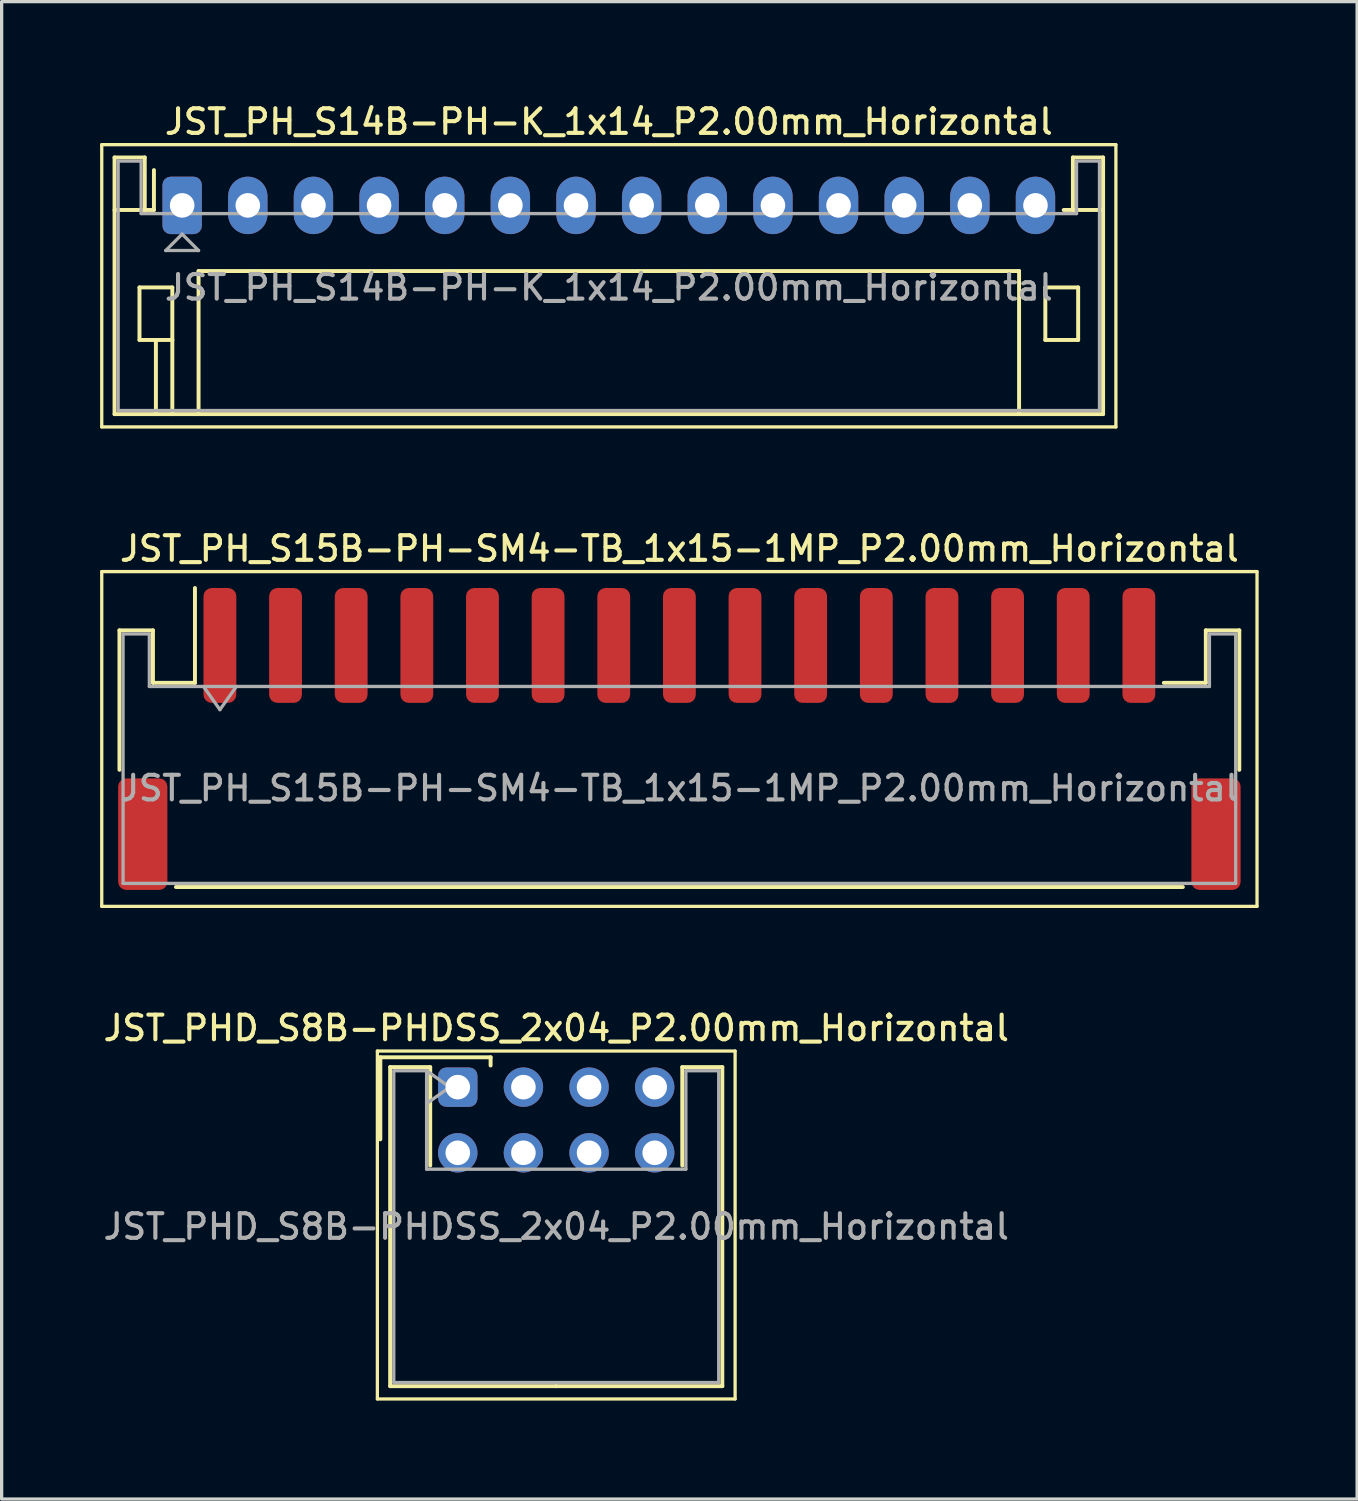
<source format=kicad_pcb>
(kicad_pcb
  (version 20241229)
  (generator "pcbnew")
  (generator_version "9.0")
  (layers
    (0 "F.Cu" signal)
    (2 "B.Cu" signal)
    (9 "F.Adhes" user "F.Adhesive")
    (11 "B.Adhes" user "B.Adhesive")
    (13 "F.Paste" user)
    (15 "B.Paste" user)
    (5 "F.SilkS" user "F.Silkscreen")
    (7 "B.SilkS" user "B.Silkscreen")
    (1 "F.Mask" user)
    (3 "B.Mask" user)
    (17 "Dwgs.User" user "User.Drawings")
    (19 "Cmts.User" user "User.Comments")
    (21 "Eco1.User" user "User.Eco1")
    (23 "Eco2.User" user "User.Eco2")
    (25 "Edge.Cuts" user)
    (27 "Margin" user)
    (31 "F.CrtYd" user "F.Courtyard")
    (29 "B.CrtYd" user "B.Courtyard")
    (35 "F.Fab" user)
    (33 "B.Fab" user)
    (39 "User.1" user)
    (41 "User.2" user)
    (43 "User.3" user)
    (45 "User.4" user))
  (footprint "JST_PH_S15B-PH-SM4-TB_1x15-1MP_P2.00mm_Horizontal"
    (layer "F.Cu")
    (at 17.65 19.466)
    (property "Reference" "JST_PH_S15B-PH-SM4-TB_1x15-1MP_P2.00mm_Horizontal" (at 0 -5.8 0) (layer "F.SilkS") (effects (font (size 0.75 0.75) (thickness 0.125))))
    (attr smd)
    (fp_line (start -17.6 -5.1) (end -17.6 5.1) (stroke (width 0.1) (type solid)) (layer "F.SilkS"))
    (fp_line (start -17.6 5.1) (end 17.6 5.1) (stroke (width 0.1) (type solid)) (layer "F.SilkS"))
    (fp_line (start -17.06 -3.31) (end -16.04 -3.31) (stroke (width 0.12) (type solid)) (layer "F.SilkS"))
    (fp_line (start -17.06 0.94) (end -17.06 -3.31) (stroke (width 0.12) (type solid)) (layer "F.SilkS"))
    (fp_line (start -16.04 -3.31) (end -16.04 -1.71) (stroke (width 0.12) (type solid)) (layer "F.SilkS"))
    (fp_line (start -16.04 -1.71) (end -14.76 -1.71) (stroke (width 0.12) (type solid)) (layer "F.SilkS"))
    (fp_line (start -15.34 4.51) (end 15.34 4.51) (stroke (width 0.12) (type solid)) (layer "F.SilkS"))
    (fp_line (start -14.76 -1.71) (end -14.76 -4.6) (stroke (width 0.12) (type solid)) (layer "F.SilkS"))
    (fp_line (start 16.04 -3.31) (end 16.04 -1.71) (stroke (width 0.12) (type solid)) (layer "F.SilkS"))
    (fp_line (start 16.04 -1.71) (end 14.76 -1.71) (stroke (width 0.12) (type solid)) (layer "F.SilkS"))
    (fp_line (start 17.06 -3.31) (end 16.04 -3.31) (stroke (width 0.12) (type solid)) (layer "F.SilkS"))
    (fp_line (start 17.06 0.94) (end 17.06 -3.31) (stroke (width 0.12) (type solid)) (layer "F.SilkS"))
    (fp_line (start 17.6 -5.1) (end -17.6 -5.1) (stroke (width 0.1) (type solid)) (layer "F.SilkS"))
    (fp_line (start 17.6 5.1) (end 17.6 -5.1) (stroke (width 0.1) (type solid)) (layer "F.SilkS"))
    (fp_line (start -16.95 -3.2) (end -16.95 4.4) (stroke (width 0.1) (type solid)) (layer "F.Fab"))
    (fp_line (start -16.95 -3.2) (end -16.15 -3.2) (stroke (width 0.1) (type solid)) (layer "F.Fab"))
    (fp_line (start -16.95 4.4) (end 16.95 4.4) (stroke (width 0.1) (type solid)) (layer "F.Fab"))
    (fp_line (start -16.15 -3.2) (end -16.15 -1.6) (stroke (width 0.1) (type solid)) (layer "F.Fab"))
    (fp_line (start -16.15 -1.6) (end 16.15 -1.6) (stroke (width 0.1) (type solid)) (layer "F.Fab"))
    (fp_line (start -14.5 -1.6) (end -14 -0.893) (stroke (width 0.1) (type solid)) (layer "F.Fab"))
    (fp_line (start -14 -0.893) (end -13.5 -1.6) (stroke (width 0.1) (type solid)) (layer "F.Fab"))
    (fp_line (start 16.15 -3.2) (end 16.95 -3.2) (stroke (width 0.1) (type solid)) (layer "F.Fab"))
    (fp_line (start 16.15 -1.6) (end 16.15 -3.2) (stroke (width 0.1) (type solid)) (layer "F.Fab"))
    (fp_line (start 16.95 -3.2) (end 16.95 4.4) (stroke (width 0.1) (type solid)) (layer "F.Fab"))
    (fp_text user "${REFERENCE}" (at 0 1.5 0) (layer "F.Fab") (effects (font (size 0.75 0.75) (thickness 0.125))))
    (pad "1" smd roundrect (at -14 -2.85) (size 1 3.5) (layers "F.Cu" "F.Mask" "F.Paste") (roundrect_rratio 0.25))
    (pad "2" smd roundrect (at -12 -2.85) (size 1 3.5) (layers "F.Cu" "F.Mask" "F.Paste") (roundrect_rratio 0.25))
    (pad "3" smd roundrect (at -10 -2.85) (size 1 3.5) (layers "F.Cu" "F.Mask" "F.Paste") (roundrect_rratio 0.25))
    (pad "4" smd roundrect (at -8 -2.85) (size 1 3.5) (layers "F.Cu" "F.Mask" "F.Paste") (roundrect_rratio 0.25))
    (pad "5" smd roundrect (at -6 -2.85) (size 1 3.5) (layers "F.Cu" "F.Mask" "F.Paste") (roundrect_rratio 0.25))
    (pad "6" smd roundrect (at -4 -2.85) (size 1 3.5) (layers "F.Cu" "F.Mask" "F.Paste") (roundrect_rratio 0.25))
    (pad "7" smd roundrect (at -2 -2.85) (size 1 3.5) (layers "F.Cu" "F.Mask" "F.Paste") (roundrect_rratio 0.25))
    (pad "8" smd roundrect (at 0 -2.85) (size 1 3.5) (layers "F.Cu" "F.Mask" "F.Paste") (roundrect_rratio 0.25))
    (pad "9" smd roundrect (at 2 -2.85) (size 1 3.5) (layers "F.Cu" "F.Mask" "F.Paste") (roundrect_rratio 0.25))
    (pad "10" smd roundrect (at 4 -2.85) (size 1 3.5) (layers "F.Cu" "F.Mask" "F.Paste") (roundrect_rratio 0.25))
    (pad "11" smd roundrect (at 6 -2.85) (size 1 3.5) (layers "F.Cu" "F.Mask" "F.Paste") (roundrect_rratio 0.25))
    (pad "12" smd roundrect (at 8 -2.85) (size 1 3.5) (layers "F.Cu" "F.Mask" "F.Paste") (roundrect_rratio 0.25))
    (pad "13" smd roundrect (at 10 -2.85) (size 1 3.5) (layers "F.Cu" "F.Mask" "F.Paste") (roundrect_rratio 0.25))
    (pad "14" smd roundrect (at 12 -2.85) (size 1 3.5) (layers "F.Cu" "F.Mask" "F.Paste") (roundrect_rratio 0.25))
    (pad "15" smd roundrect (at 14 -2.85) (size 1 3.5) (layers "F.Cu" "F.Mask" "F.Paste") (roundrect_rratio 0.25))
    (pad "MP" smd roundrect (at -16.35 2.9) (size 1.5 3.4) (layers "F.Cu" "F.Mask" "F.Paste") (roundrect_rratio 0.167))
    (pad "MP" smd roundrect (at 16.35 2.9) (size 1.5 3.4) (layers "F.Cu" "F.Mask" "F.Paste") (roundrect_rratio 0.167)))
  (footprint "JST_PHD_S8B-PHDSS_2x04_P2.00mm_Horizontal"
    (layer "F.Cu")
    (at 10.898 30.074)
    (property "Reference" "JST_PHD_S8B-PHDSS_2x04_P2.00mm_Horizontal" (at 3 -1.8 0) (layer "F.SilkS") (effects (font (size 0.75 0.75) (thickness 0.125))))
    (attr through_hole)
    (fp_line (start -2.45 -1.1) (end -2.45 9.5) (stroke (width 0.1) (type solid)) (layer "F.SilkS"))
    (fp_line (start -2.45 9.5) (end 8.45 9.5) (stroke (width 0.1) (type solid)) (layer "F.SilkS"))
    (fp_line (start -2.36 -0.91) (end -2.36 1.59) (stroke (width 0.12) (type solid)) (layer "F.SilkS"))
    (fp_line (start -2.06 -0.61) (end -2.06 9.11) (stroke (width 0.12) (type solid)) (layer "F.SilkS"))
    (fp_line (start -2.06 9.11) (end 3 9.11) (stroke (width 0.12) (type solid)) (layer "F.SilkS"))
    (fp_line (start -0.84 -0.61) (end -2.06 -0.61) (stroke (width 0.12) (type solid)) (layer "F.SilkS"))
    (fp_line (start -0.84 2.39) (end -0.84 -0.61) (stroke (width 0.12) (type solid)) (layer "F.SilkS"))
    (fp_line (start 1 -0.91) (end -2.36 -0.91) (stroke (width 0.12) (type solid)) (layer "F.SilkS"))
    (fp_line (start 1 -0.66) (end 1 -0.91) (stroke (width 0.12) (type solid)) (layer "F.SilkS"))
    (fp_line (start 6.84 -0.61) (end 8.06 -0.61) (stroke (width 0.12) (type solid)) (layer "F.SilkS"))
    (fp_line (start 6.84 2.39) (end 6.84 -0.61) (stroke (width 0.12) (type solid)) (layer "F.SilkS"))
    (fp_line (start 8.06 -0.61) (end 8.06 9.11) (stroke (width 0.12) (type solid)) (layer "F.SilkS"))
    (fp_line (start 8.06 9.11) (end 3 9.11) (stroke (width 0.12) (type solid)) (layer "F.SilkS"))
    (fp_line (start 8.45 -1.1) (end -2.45 -1.1) (stroke (width 0.1) (type solid)) (layer "F.SilkS"))
    (fp_line (start 8.45 9.5) (end 8.45 -1.1) (stroke (width 0.1) (type solid)) (layer "F.SilkS"))
    (fp_line (start -1.95 -0.5) (end -0.95 -0.5) (stroke (width 0.1) (type solid)) (layer "F.Fab"))
    (fp_line (start -1.95 9) (end -1.95 -0.5) (stroke (width 0.1) (type solid)) (layer "F.Fab"))
    (fp_line (start -0.95 -0.5) (end -0.95 2.5) (stroke (width 0.1) (type solid)) (layer "F.Fab"))
    (fp_line (start -0.95 -0.5) (end -0.243 0) (stroke (width 0.1) (type solid)) (layer "F.Fab"))
    (fp_line (start -0.95 2.5) (end 6.95 2.5) (stroke (width 0.1) (type solid)) (layer "F.Fab"))
    (fp_line (start -0.243 0) (end -0.95 0.5) (stroke (width 0.1) (type solid)) (layer "F.Fab"))
    (fp_line (start 6.95 -0.5) (end 7.95 -0.5) (stroke (width 0.1) (type solid)) (layer "F.Fab"))
    (fp_line (start 6.95 2.5) (end 6.95 -0.5) (stroke (width 0.1) (type solid)) (layer "F.Fab"))
    (fp_line (start 7.95 -0.5) (end 7.95 9) (stroke (width 0.1) (type solid)) (layer "F.Fab"))
    (fp_line (start 7.95 9) (end -1.95 9) (stroke (width 0.1) (type solid)) (layer "F.Fab"))
    (fp_text user "${REFERENCE}" (at 3 4.25 0) (layer "F.Fab") (effects (font (size 0.75 0.75) (thickness 0.125))))
    (pad "1" thru_hole roundrect (at 0 0) (size 1.2 1.2) (drill 0.75) (layers "*.Cu" "*.Mask") (roundrect_rratio 0.208))
    (pad "2" thru_hole circle (at 0 2) (size 1.2 1.2) (drill 0.75) (layers "*.Cu" "*.Mask"))
    (pad "3" thru_hole circle (at 2 0) (size 1.2 1.2) (drill 0.75) (layers "*.Cu" "*.Mask"))
    (pad "4" thru_hole circle (at 2 2) (size 1.2 1.2) (drill 0.75) (layers "*.Cu" "*.Mask"))
    (pad "5" thru_hole circle (at 4 0) (size 1.2 1.2) (drill 0.75) (layers "*.Cu" "*.Mask"))
    (pad "6" thru_hole circle (at 4 2) (size 1.2 1.2) (drill 0.75) (layers "*.Cu" "*.Mask"))
    (pad "7" thru_hole circle (at 6 0) (size 1.2 1.2) (drill 0.75) (layers "*.Cu" "*.Mask"))
    (pad "8" thru_hole circle (at 6 2) (size 1.2 1.2) (drill 0.75) (layers "*.Cu" "*.Mask")))
  (footprint "JST_PH_S14B-PH-K_1x14_P2.00mm_Horizontal"
    (layer "F.Cu")
    (at 2.5 3.208)
    (property "Reference" "JST_PH_S14B-PH-K_1x14_P2.00mm_Horizontal" (at 13 -2.55 0) (layer "F.SilkS") (effects (font (size 0.75 0.75) (thickness 0.125))))
    (attr through_hole)
    (fp_line (start -2.45 -1.85) (end -2.45 6.75) (stroke (width 0.1) (type solid)) (layer "F.SilkS"))
    (fp_line (start -2.45 6.75) (end 28.45 6.75) (stroke (width 0.1) (type solid)) (layer "F.SilkS"))
    (fp_line (start -2.06 -1.46) (end -2.06 6.36) (stroke (width 0.12) (type solid)) (layer "F.SilkS"))
    (fp_line (start -2.06 0.14) (end -1.14 0.14) (stroke (width 0.12) (type solid)) (layer "F.SilkS"))
    (fp_line (start -2.06 6.36) (end 28.06 6.36) (stroke (width 0.12) (type solid)) (layer "F.SilkS"))
    (fp_line (start -1.3 2.5) (end -1.3 4.1) (stroke (width 0.12) (type solid)) (layer "F.SilkS"))
    (fp_line (start -1.3 4.1) (end -0.3 4.1) (stroke (width 0.12) (type solid)) (layer "F.SilkS"))
    (fp_line (start -1.14 -1.46) (end -2.06 -1.46) (stroke (width 0.12) (type solid)) (layer "F.SilkS"))
    (fp_line (start -1.14 0.14) (end -1.14 -1.46) (stroke (width 0.12) (type solid)) (layer "F.SilkS"))
    (fp_line (start -0.86 0.14) (end -1.14 0.14) (stroke (width 0.12) (type solid)) (layer "F.SilkS"))
    (fp_line (start -0.86 0.14) (end -0.86 -1.075) (stroke (width 0.12) (type solid)) (layer "F.SilkS"))
    (fp_line (start -0.8 4.1) (end -0.8 6.36) (stroke (width 0.12) (type solid)) (layer "F.SilkS"))
    (fp_line (start -0.3 2.5) (end -1.3 2.5) (stroke (width 0.12) (type solid)) (layer "F.SilkS"))
    (fp_line (start -0.3 4.1) (end -0.3 2.5) (stroke (width 0.12) (type solid)) (layer "F.SilkS"))
    (fp_line (start -0.3 4.1) (end -0.3 6.36) (stroke (width 0.12) (type solid)) (layer "F.SilkS"))
    (fp_line (start 0.5 2) (end 25.5 2) (stroke (width 0.12) (type solid)) (layer "F.SilkS"))
    (fp_line (start 0.5 6.36) (end 0.5 2) (stroke (width 0.12) (type solid)) (layer "F.SilkS"))
    (fp_line (start 25.5 2) (end 25.5 6.36) (stroke (width 0.12) (type solid)) (layer "F.SilkS"))
    (fp_line (start 26.3 2.5) (end 27.3 2.5) (stroke (width 0.12) (type solid)) (layer "F.SilkS"))
    (fp_line (start 26.3 4.1) (end 26.3 2.5) (stroke (width 0.12) (type solid)) (layer "F.SilkS"))
    (fp_line (start 27.14 -1.46) (end 27.14 0.14) (stroke (width 0.12) (type solid)) (layer "F.SilkS"))
    (fp_line (start 27.14 0.14) (end 26.86 0.14) (stroke (width 0.12) (type solid)) (layer "F.SilkS"))
    (fp_line (start 27.3 2.5) (end 27.3 4.1) (stroke (width 0.12) (type solid)) (layer "F.SilkS"))
    (fp_line (start 27.3 4.1) (end 26.3 4.1) (stroke (width 0.12) (type solid)) (layer "F.SilkS"))
    (fp_line (start 28.06 -1.46) (end 27.14 -1.46) (stroke (width 0.12) (type solid)) (layer "F.SilkS"))
    (fp_line (start 28.06 0.14) (end 27.14 0.14) (stroke (width 0.12) (type solid)) (layer "F.SilkS"))
    (fp_line (start 28.06 6.36) (end 28.06 -1.46) (stroke (width 0.12) (type solid)) (layer "F.SilkS"))
    (fp_line (start 28.45 -1.85) (end -2.45 -1.85) (stroke (width 0.1) (type solid)) (layer "F.SilkS"))
    (fp_line (start 28.45 6.75) (end 28.45 -1.85) (stroke (width 0.1) (type solid)) (layer "F.SilkS"))
    (fp_line (start -1.95 -1.35) (end -1.95 6.25) (stroke (width 0.1) (type solid)) (layer "F.Fab"))
    (fp_line (start -1.95 6.25) (end 27.95 6.25) (stroke (width 0.1) (type solid)) (layer "F.Fab"))
    (fp_line (start -1.25 -1.35) (end -1.95 -1.35) (stroke (width 0.1) (type solid)) (layer "F.Fab"))
    (fp_line (start -1.25 0.25) (end -1.25 -1.35) (stroke (width 0.1) (type solid)) (layer "F.Fab"))
    (fp_line (start -0.5 1.375) (end 0.5 1.375) (stroke (width 0.1) (type solid)) (layer "F.Fab"))
    (fp_line (start 0 0.875) (end -0.5 1.375) (stroke (width 0.1) (type solid)) (layer "F.Fab"))
    (fp_line (start 0.5 1.375) (end 0 0.875) (stroke (width 0.1) (type solid)) (layer "F.Fab"))
    (fp_line (start 27.25 -1.35) (end 27.25 0.25) (stroke (width 0.1) (type solid)) (layer "F.Fab"))
    (fp_line (start 27.25 0.25) (end -1.25 0.25) (stroke (width 0.1) (type solid)) (layer "F.Fab"))
    (fp_line (start 27.95 -1.35) (end 27.25 -1.35) (stroke (width 0.1) (type solid)) (layer "F.Fab"))
    (fp_line (start 27.95 6.25) (end 27.95 -1.35) (stroke (width 0.1) (type solid)) (layer "F.Fab"))
    (fp_text user "${REFERENCE}" (at 13 2.5 0) (layer "F.Fab") (effects (font (size 0.75 0.75) (thickness 0.125))))
    (pad "1" thru_hole roundrect (at 0 0) (size 1.2 1.75) (drill 0.75) (layers "*.Cu" "*.Mask") (roundrect_rratio 0.208))
    (pad "2" thru_hole oval (at 2 0) (size 1.2 1.75) (drill 0.75) (layers "*.Cu" "*.Mask"))
    (pad "3" thru_hole oval (at 4 0) (size 1.2 1.75) (drill 0.75) (layers "*.Cu" "*.Mask"))
    (pad "4" thru_hole oval (at 6 0) (size 1.2 1.75) (drill 0.75) (layers "*.Cu" "*.Mask"))
    (pad "5" thru_hole oval (at 8 0) (size 1.2 1.75) (drill 0.75) (layers "*.Cu" "*.Mask"))
    (pad "6" thru_hole oval (at 10 0) (size 1.2 1.75) (drill 0.75) (layers "*.Cu" "*.Mask"))
    (pad "7" thru_hole oval (at 12 0) (size 1.2 1.75) (drill 0.75) (layers "*.Cu" "*.Mask"))
    (pad "8" thru_hole oval (at 14 0) (size 1.2 1.75) (drill 0.75) (layers "*.Cu" "*.Mask"))
    (pad "9" thru_hole oval (at 16 0) (size 1.2 1.75) (drill 0.75) (layers "*.Cu" "*.Mask"))
    (pad "10" thru_hole oval (at 18 0) (size 1.2 1.75) (drill 0.75) (layers "*.Cu" "*.Mask"))
    (pad "11" thru_hole oval (at 20 0) (size 1.2 1.75) (drill 0.75) (layers "*.Cu" "*.Mask"))
    (pad "12" thru_hole oval (at 22 0) (size 1.2 1.75) (drill 0.75) (layers "*.Cu" "*.Mask"))
    (pad "13" thru_hole oval (at 24 0) (size 1.2 1.75) (drill 0.75) (layers "*.Cu" "*.Mask"))
    (pad "14" thru_hole oval (at 26 0) (size 1.2 1.75) (drill 0.75) (layers "*.Cu" "*.Mask")))
  (gr_rect
    (start -3 -3)
    (end 38.3 42.624)
    (stroke (width 0.1) (type default))
    (fill no)
    (layer "Edge.Cuts")))
</source>
